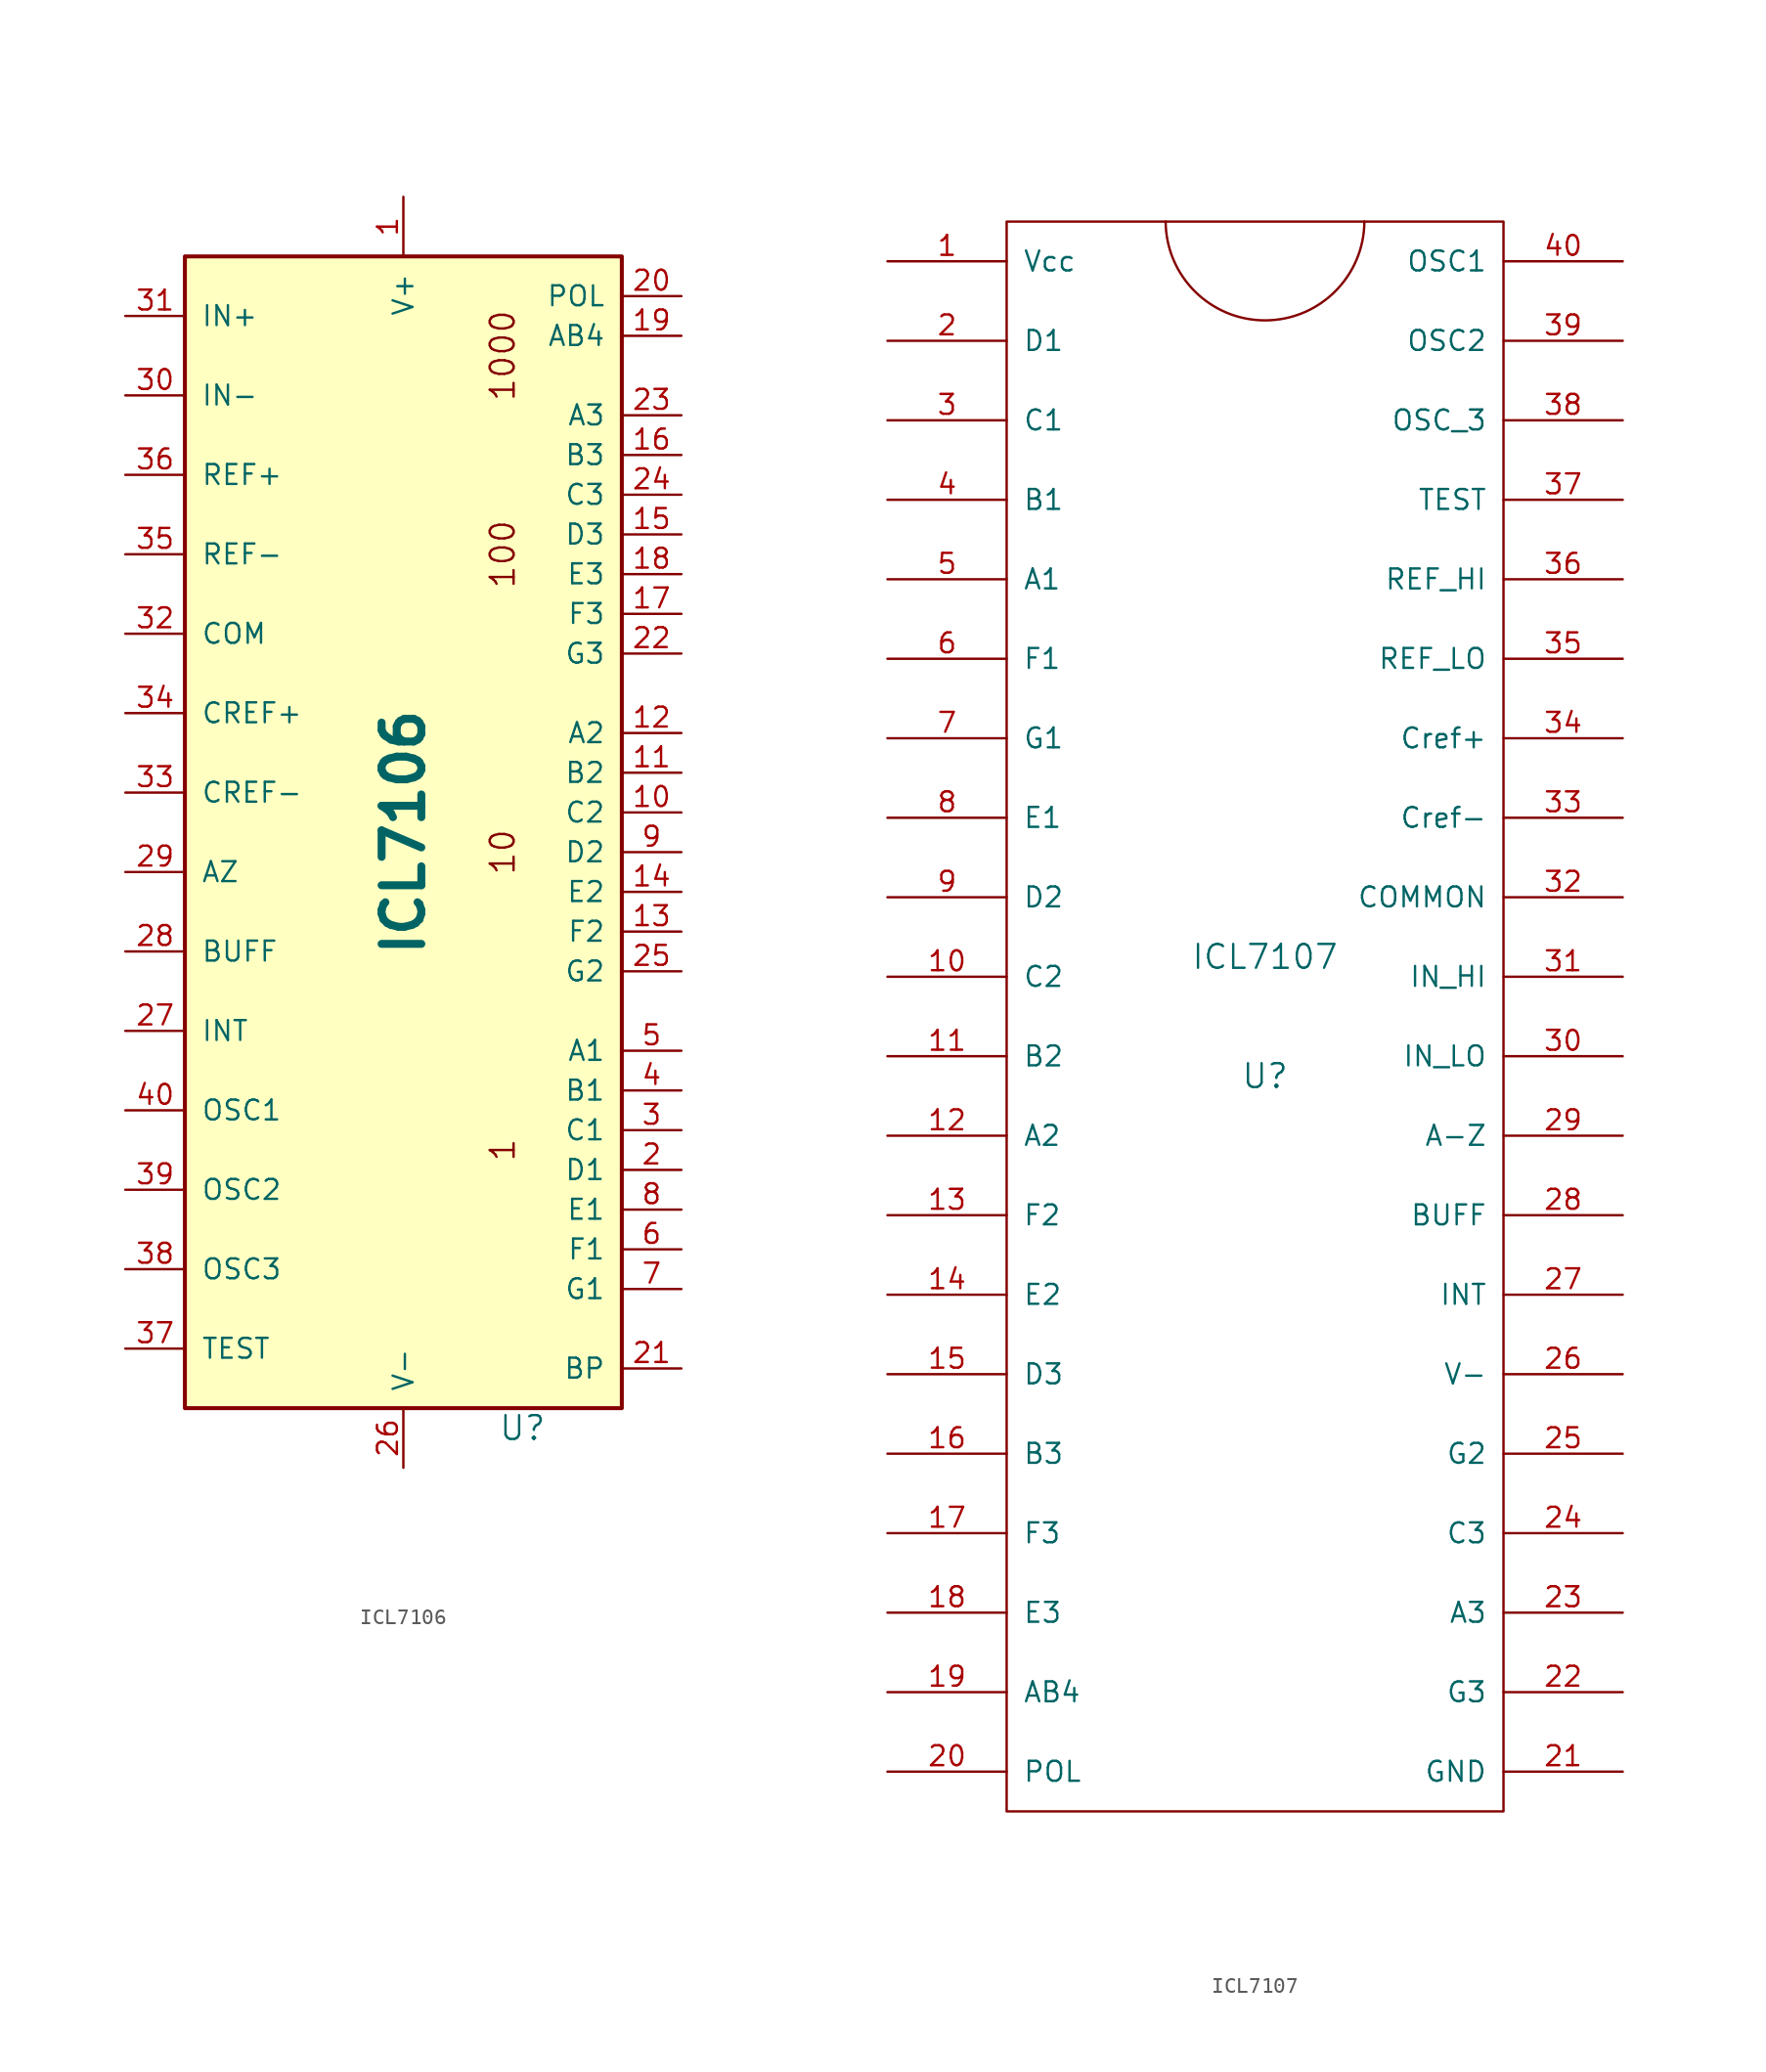
<source format=kicad_sym>
(kicad_symbol_lib
  (version 20231120)
  (generator "kicad_symbol_editor")
  (generator_version "8.0")
  (symbol "ICL7106"
    (pin_names
      (offset 1.016))
    (property "Reference" "U"
      (at 7.62 -38.1 0)
      (effects (font (size 1.524 1.524))))
    (property "Value" "ICL7106"
      (at 0 0 90)
      (effects (font (size 2.54 2.54) (bold yes))))
    (property "Datasheet" ""
      (at 0 0 0)
      (effects (font (size 1.524 1.524))))
    (symbol "ICL7106_0_0"
      (text "1" (at 6.35 -20.32 900) (effects (font (size 1.524 1.524))))
      (text "10" (at 6.35 -1.27 900) (effects (font (size 1.524 1.524))))
      (text "100" (at 6.35 17.78 900) (effects (font (size 1.524 1.524))))
      (text "1000" (at 6.35 30.48 900) (effects (font (size 1.524 1.524)))))
    (symbol "ICL7106_0_1"
      (rectangle (start -13.97 36.83) (end 13.97 -36.83) (stroke (width 0.254) (type default)) (fill (type background))))
    (symbol "ICL7106_1_1"
      (pin passive line (at 0 40.64 270) (length 3.81) (name "V+" (effects (font (size 1.27 1.27)))) (number "1" (effects (font (size 1.27 1.27)))))
      (pin passive line (at 17.78 1.27 180) (length 3.81) (name "C2" (effects (font (size 1.27 1.27)))) (number "10" (effects (font (size 1.27 1.27)))))
      (pin passive line (at 17.78 3.81 180) (length 3.81) (name "B2" (effects (font (size 1.27 1.27)))) (number "11" (effects (font (size 1.27 1.27)))))
      (pin passive line (at 17.78 6.35 180) (length 3.81) (name "A2" (effects (font (size 1.27 1.27)))) (number "12" (effects (font (size 1.27 1.27)))))
      (pin passive line (at 17.78 -6.35 180) (length 3.81) (name "F2" (effects (font (size 1.27 1.27)))) (number "13" (effects (font (size 1.27 1.27)))))
      (pin passive line (at 17.78 -3.81 180) (length 3.81) (name "E2" (effects (font (size 1.27 1.27)))) (number "14" (effects (font (size 1.27 1.27)))))
      (pin passive line (at 17.78 19.05 180) (length 3.81) (name "D3" (effects (font (size 1.27 1.27)))) (number "15" (effects (font (size 1.27 1.27)))))
      (pin passive line (at 17.78 24.13 180) (length 3.81) (name "B3" (effects (font (size 1.27 1.27)))) (number "16" (effects (font (size 1.27 1.27)))))
      (pin passive line (at 17.78 13.97 180) (length 3.81) (name "F3" (effects (font (size 1.27 1.27)))) (number "17" (effects (font (size 1.27 1.27)))))
      (pin passive line (at 17.78 16.51 180) (length 3.81) (name "E3" (effects (font (size 1.27 1.27)))) (number "18" (effects (font (size 1.27 1.27)))))
      (pin passive line (at 17.78 31.75 180) (length 3.81) (name "AB4" (effects (font (size 1.27 1.27)))) (number "19" (effects (font (size 1.27 1.27)))))
      (pin passive line (at 17.78 -21.59 180) (length 3.81) (name "D1" (effects (font (size 1.27 1.27)))) (number "2" (effects (font (size 1.27 1.27)))))
      (pin passive line (at 17.78 34.29 180) (length 3.81) (name "POL" (effects (font (size 1.27 1.27)))) (number "20" (effects (font (size 1.27 1.27)))))
      (pin passive line (at 17.78 -34.29 180) (length 3.81) (name "BP" (effects (font (size 1.27 1.27)))) (number "21" (effects (font (size 1.27 1.27)))))
      (pin passive line (at 17.78 11.43 180) (length 3.81) (name "G3" (effects (font (size 1.27 1.27)))) (number "22" (effects (font (size 1.27 1.27)))))
      (pin passive line (at 17.78 26.67 180) (length 3.81) (name "A3" (effects (font (size 1.27 1.27)))) (number "23" (effects (font (size 1.27 1.27)))))
      (pin passive line (at 17.78 21.59 180) (length 3.81) (name "C3" (effects (font (size 1.27 1.27)))) (number "24" (effects (font (size 1.27 1.27)))))
      (pin passive line (at 17.78 -8.89 180) (length 3.81) (name "G2" (effects (font (size 1.27 1.27)))) (number "25" (effects (font (size 1.27 1.27)))))
      (pin passive line (at 0 -40.64 90) (length 3.81) (name "V-" (effects (font (size 1.27 1.27)))) (number "26" (effects (font (size 1.27 1.27)))))
      (pin passive line (at -17.78 -12.7 0) (length 3.81) (name "INT" (effects (font (size 1.27 1.27)))) (number "27" (effects (font (size 1.27 1.27)))))
      (pin passive line (at -17.78 -7.62 0) (length 3.81) (name "BUFF" (effects (font (size 1.27 1.27)))) (number "28" (effects (font (size 1.27 1.27)))))
      (pin passive line (at -17.78 -2.54 0) (length 3.81) (name "AZ" (effects (font (size 1.27 1.27)))) (number "29" (effects (font (size 1.27 1.27)))))
      (pin passive line (at 17.78 -19.05 180) (length 3.81) (name "C1" (effects (font (size 1.27 1.27)))) (number "3" (effects (font (size 1.27 1.27)))))
      (pin passive line (at -17.78 27.94 0) (length 3.81) (name "IN-" (effects (font (size 1.27 1.27)))) (number "30" (effects (font (size 1.27 1.27)))))
      (pin passive line (at -17.78 33.02 0) (length 3.81) (name "IN+" (effects (font (size 1.27 1.27)))) (number "31" (effects (font (size 1.27 1.27)))))
      (pin passive line (at -17.78 12.7 0) (length 3.81) (name "COM" (effects (font (size 1.27 1.27)))) (number "32" (effects (font (size 1.27 1.27)))))
      (pin passive line (at -17.78 2.54 0) (length 3.81) (name "CREF-" (effects (font (size 1.27 1.27)))) (number "33" (effects (font (size 1.27 1.27)))))
      (pin passive line (at -17.78 7.62 0) (length 3.81) (name "CREF+" (effects (font (size 1.27 1.27)))) (number "34" (effects (font (size 1.27 1.27)))))
      (pin passive line (at -17.78 17.78 0) (length 3.81) (name "REF-" (effects (font (size 1.27 1.27)))) (number "35" (effects (font (size 1.27 1.27)))))
      (pin passive line (at -17.78 22.86 0) (length 3.81) (name "REF+" (effects (font (size 1.27 1.27)))) (number "36" (effects (font (size 1.27 1.27)))))
      (pin passive line (at -17.78 -33.02 0) (length 3.81) (name "TEST" (effects (font (size 1.27 1.27)))) (number "37" (effects (font (size 1.27 1.27)))))
      (pin passive line (at -17.78 -27.94 0) (length 3.81) (name "OSC3" (effects (font (size 1.27 1.27)))) (number "38" (effects (font (size 1.27 1.27)))))
      (pin passive line (at -17.78 -22.86 0) (length 3.81) (name "OSC2" (effects (font (size 1.27 1.27)))) (number "39" (effects (font (size 1.27 1.27)))))
      (pin passive line (at 17.78 -16.51 180) (length 3.81) (name "B1" (effects (font (size 1.27 1.27)))) (number "4" (effects (font (size 1.27 1.27)))))
      (pin passive line (at -17.78 -17.78 0) (length 3.81) (name "OSC1" (effects (font (size 1.27 1.27)))) (number "40" (effects (font (size 1.27 1.27)))))
      (pin passive line (at 17.78 -13.97 180) (length 3.81) (name "A1" (effects (font (size 1.27 1.27)))) (number "5" (effects (font (size 1.27 1.27)))))
      (pin passive line (at 17.78 -26.67 180) (length 3.81) (name "F1" (effects (font (size 1.27 1.27)))) (number "6" (effects (font (size 1.27 1.27)))))
      (pin passive line (at 17.78 -29.21 180) (length 3.81) (name "G1" (effects (font (size 1.27 1.27)))) (number "7" (effects (font (size 1.27 1.27)))))
      (pin passive line (at 17.78 -24.13 180) (length 3.81) (name "E1" (effects (font (size 1.27 1.27)))) (number "8" (effects (font (size 1.27 1.27)))))
      (pin passive line (at 17.78 -1.27 180) (length 3.81) (name "D2" (effects (font (size 1.27 1.27)))) (number "9" (effects (font (size 1.27 1.27)))))))
  (symbol "ICL7107"
    (pin_names
      (offset 1.016))
    (property "Reference" "U"
      (at 0 -3.81 0)
      (effects (font (size 1.524 1.524))))
    (property "Value" "ICL7107"
      (at 0 3.81 0)
      (effects (font (size 1.524 1.524))))
    (property "Footprint" ""
      (at 0 0 0)
      (effects (font (size 1.524 1.524))))
    (property "Datasheet" ""
      (at 0 0 0)
      (effects (font (size 1.524 1.524))))
    (symbol "ICL7107_0_1"
      (rectangle (start -16.51 50.8) (end 15.24 -50.8) (stroke (width 0) (type default)) (fill (type none)))
      (arc (start -6.35 50.8) (mid 0 44.4776) (end 6.35 50.8) (stroke (width 0) (type default)) (fill (type none))))
    (symbol "ICL7107_1_1"
      (pin power_in line (at -24.13 48.26 0) (length 7.62) (name "Vcc" (effects (font (size 1.27 1.27)))) (number "1" (effects (font (size 1.27 1.27)))))
      (pin output line (at -24.13 2.54 0) (length 7.62) (name "C2" (effects (font (size 1.27 1.27)))) (number "10" (effects (font (size 1.27 1.27)))))
      (pin output line (at -24.13 -2.54 0) (length 7.62) (name "B2" (effects (font (size 1.27 1.27)))) (number "11" (effects (font (size 1.27 1.27)))))
      (pin output line (at -24.13 -7.62 0) (length 7.62) (name "A2" (effects (font (size 1.27 1.27)))) (number "12" (effects (font (size 1.27 1.27)))))
      (pin output line (at -24.13 -12.7 0) (length 7.62) (name "F2" (effects (font (size 1.27 1.27)))) (number "13" (effects (font (size 1.27 1.27)))))
      (pin output line (at -24.13 -17.78 0) (length 7.62) (name "E2" (effects (font (size 1.27 1.27)))) (number "14" (effects (font (size 1.27 1.27)))))
      (pin output line (at -24.13 -22.86 0) (length 7.62) (name "D3" (effects (font (size 1.27 1.27)))) (number "15" (effects (font (size 1.27 1.27)))))
      (pin output line (at -24.13 -27.94 0) (length 7.62) (name "B3" (effects (font (size 1.27 1.27)))) (number "16" (effects (font (size 1.27 1.27)))))
      (pin output line (at -24.13 -33.02 0) (length 7.62) (name "F3" (effects (font (size 1.27 1.27)))) (number "17" (effects (font (size 1.27 1.27)))))
      (pin output line (at -24.13 -38.1 0) (length 7.62) (name "E3" (effects (font (size 1.27 1.27)))) (number "18" (effects (font (size 1.27 1.27)))))
      (pin output line (at -24.13 -43.18 0) (length 7.62) (name "AB4" (effects (font (size 1.27 1.27)))) (number "19" (effects (font (size 1.27 1.27)))))
      (pin output line (at -24.13 43.18 0) (length 7.62) (name "D1" (effects (font (size 1.27 1.27)))) (number "2" (effects (font (size 1.27 1.27)))))
      (pin output line (at -24.13 -48.26 0) (length 7.62) (name "POL" (effects (font (size 1.27 1.27)))) (number "20" (effects (font (size 1.27 1.27)))))
      (pin power_out line (at 22.86 -48.26 180) (length 7.62) (name "GND" (effects (font (size 1.27 1.27)))) (number "21" (effects (font (size 1.27 1.27)))))
      (pin output line (at 22.86 -43.18 180) (length 7.62) (name "G3" (effects (font (size 1.27 1.27)))) (number "22" (effects (font (size 1.27 1.27)))))
      (pin output line (at 22.86 -38.1 180) (length 7.62) (name "A3" (effects (font (size 1.27 1.27)))) (number "23" (effects (font (size 1.27 1.27)))))
      (pin output line (at 22.86 -33.02 180) (length 7.62) (name "C3" (effects (font (size 1.27 1.27)))) (number "24" (effects (font (size 1.27 1.27)))))
      (pin output line (at 22.86 -27.94 180) (length 7.62) (name "G2" (effects (font (size 1.27 1.27)))) (number "25" (effects (font (size 1.27 1.27)))))
      (pin input line (at 22.86 -22.86 180) (length 7.62) (name "V-" (effects (font (size 1.27 1.27)))) (number "26" (effects (font (size 1.27 1.27)))))
      (pin input line (at 22.86 -17.78 180) (length 7.62) (name "INT" (effects (font (size 1.27 1.27)))) (number "27" (effects (font (size 1.27 1.27)))))
      (pin input line (at 22.86 -12.7 180) (length 7.62) (name "BUFF" (effects (font (size 1.27 1.27)))) (number "28" (effects (font (size 1.27 1.27)))))
      (pin input line (at 22.86 -7.62 180) (length 7.62) (name "A-Z" (effects (font (size 1.27 1.27)))) (number "29" (effects (font (size 1.27 1.27)))))
      (pin output line (at -24.13 38.1 0) (length 7.62) (name "C1" (effects (font (size 1.27 1.27)))) (number "3" (effects (font (size 1.27 1.27)))))
      (pin input line (at 22.86 -2.54 180) (length 7.62) (name "IN_LO" (effects (font (size 1.27 1.27)))) (number "30" (effects (font (size 1.27 1.27)))))
      (pin input line (at 22.86 2.54 180) (length 7.62) (name "IN_HI" (effects (font (size 1.27 1.27)))) (number "31" (effects (font (size 1.27 1.27)))))
      (pin input line (at 22.86 7.62 180) (length 7.62) (name "COMMON" (effects (font (size 1.27 1.27)))) (number "32" (effects (font (size 1.27 1.27)))))
      (pin input line (at 22.86 12.7 180) (length 7.62) (name "Cref-" (effects (font (size 1.27 1.27)))) (number "33" (effects (font (size 1.27 1.27)))))
      (pin input line (at 22.86 17.78 180) (length 7.62) (name "Cref+" (effects (font (size 1.27 1.27)))) (number "34" (effects (font (size 1.27 1.27)))))
      (pin input line (at 22.86 22.86 180) (length 7.62) (name "REF_LO" (effects (font (size 1.27 1.27)))) (number "35" (effects (font (size 1.27 1.27)))))
      (pin input line (at 22.86 27.94 180) (length 7.62) (name "REF_HI" (effects (font (size 1.27 1.27)))) (number "36" (effects (font (size 1.27 1.27)))))
      (pin input line (at 22.86 33.02 180) (length 7.62) (name "TEST" (effects (font (size 1.27 1.27)))) (number "37" (effects (font (size 1.27 1.27)))))
      (pin input line (at 22.86 38.1 180) (length 7.62) (name "OSC_3" (effects (font (size 1.27 1.27)))) (number "38" (effects (font (size 1.27 1.27)))))
      (pin input line (at 22.86 43.18 180) (length 7.62) (name "OSC2" (effects (font (size 1.27 1.27)))) (number "39" (effects (font (size 1.27 1.27)))))
      (pin output line (at -24.13 33.02 0) (length 7.62) (name "B1" (effects (font (size 1.27 1.27)))) (number "4" (effects (font (size 1.27 1.27)))))
      (pin input line (at 22.86 48.26 180) (length 7.62) (name "OSC1" (effects (font (size 1.27 1.27)))) (number "40" (effects (font (size 1.27 1.27)))))
      (pin output line (at -24.13 27.94 0) (length 7.62) (name "A1" (effects (font (size 1.27 1.27)))) (number "5" (effects (font (size 1.27 1.27)))))
      (pin output line (at -24.13 22.86 0) (length 7.62) (name "F1" (effects (font (size 1.27 1.27)))) (number "6" (effects (font (size 1.27 1.27)))))
      (pin output line (at -24.13 17.78 0) (length 7.62) (name "G1" (effects (font (size 1.27 1.27)))) (number "7" (effects (font (size 1.27 1.27)))))
      (pin output line (at -24.13 12.7 0) (length 7.62) (name "E1" (effects (font (size 1.27 1.27)))) (number "8" (effects (font (size 1.27 1.27)))))
      (pin output line (at -24.13 7.62 0) (length 7.62) (name "D2" (effects (font (size 1.27 1.27)))) (number "9" (effects (font (size 1.27 1.27))))))))
</source>
